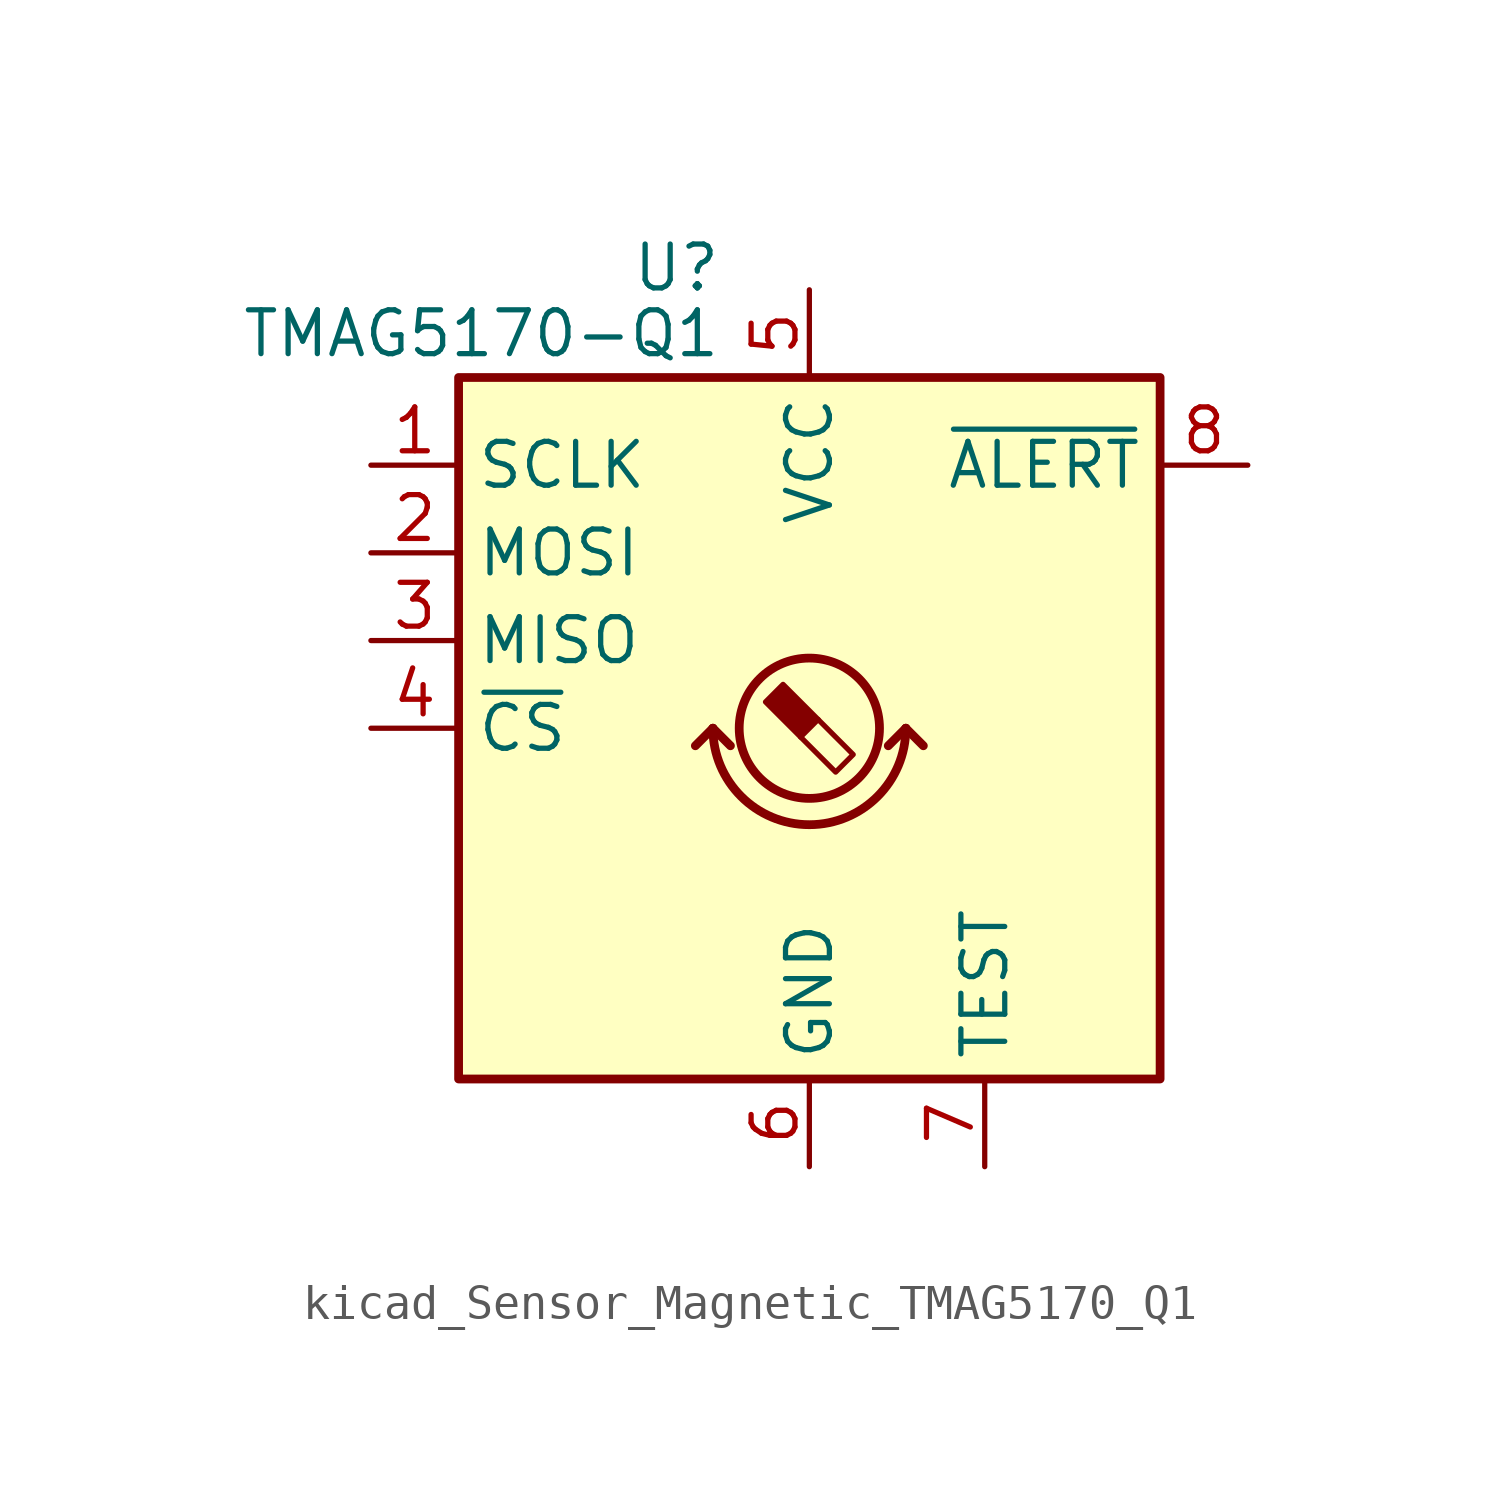
<source format=kicad_sym>
(kicad_symbol_lib
  (version 20220914)
  (generator kicad_symbol_editor)
  (symbol "kicad_Sensor_Magnetic_TMAG5170_Q1"
    (property "Reference" "U"
      (at -2.54 13.335 0)
      (effects (font (size 1.27 1.27)) (justify right)))
    (property "Value" "TMAG5170-Q1"
      (at -2.54 11.43 0)
      (effects (font (size 1.27 1.27)) (justify right)))
    (symbol "kicad_Sensor_Magnetic_TMAG5170_Q1_0_1"
      (rectangle (start -10.16 10.16) (end 10.16 -10.16) (stroke (width 0.254) (type default)) (fill (type background)))
      (arc (start -2.794 0) (mid 0 -2.7819) (end 2.794 0) (stroke (width 0.254) (type default)) (fill (type none)))
      (polyline (pts (xy -2.794 0) (xy -3.302 -0.508)) (stroke (width 0.254) (type default)) (fill (type none)))
      (polyline (pts (xy -2.794 0) (xy -2.286 -0.508)) (stroke (width 0.254) (type default)) (fill (type none)))
      (polyline (pts (xy 2.794 0) (xy 2.286 -0.508)) (stroke (width 0.254) (type default)) (fill (type none)))
      (polyline (pts (xy 2.794 0) (xy 3.302 -0.508)) (stroke (width 0.254) (type default)) (fill (type none))))
    (symbol "kicad_Sensor_Magnetic_TMAG5170_Q1_1_1"
      (polyline (pts (xy 0.254 0.254) (xy 1.27 -0.762) (xy 0.762 -1.27) (xy -0.254 -0.254)) (stroke (width 0) (type default)) (fill (type none)))
      (polyline (pts (xy -0.762 1.27) (xy 0.254 0.254) (xy -0.254 -0.254) (xy -1.27 0.762) (xy -1.016 1.016) (xy -0.762 1.27) (xy -0.635 1.143)) (stroke (width 0) (type default)) (fill (type outline)))
      (circle (center 0 0) (radius 2.032) (stroke (width 0.254) (type default)) (fill (type none)))
      (pin input line (at -12.7 7.62 0) (length 2.54) (name "SCLK" (effects (font (size 1.27 1.27)))) (number "1" (effects (font (size 1.27 1.27)))))
      (pin input line (at -12.7 5.08 0) (length 2.54) (name "MOSI" (effects (font (size 1.27 1.27)))) (number "2" (effects (font (size 1.27 1.27)))))
      (pin output line (at -12.7 2.54 0) (length 2.54) (name "MISO" (effects (font (size 1.27 1.27)))) (number "3" (effects (font (size 1.27 1.27)))))
      (pin input line (at -12.7 0 0) (length 2.54) (name "~{CS}" (effects (font (size 1.27 1.27)))) (number "4" (effects (font (size 1.27 1.27)))))
      (pin power_in line (at 0 12.7 270) (length 2.54) (name "VCC" (effects (font (size 1.27 1.27)))) (number "5" (effects (font (size 1.27 1.27)))))
      (pin power_in line (at 0 -12.7 90) (length 2.54) (name "GND" (effects (font (size 1.27 1.27)))) (number "6" (effects (font (size 1.27 1.27)))))
      (pin passive line (at 5.08 -12.7 90) (length 2.54) (name "TEST" (effects (font (size 1.27 1.27)))) (number "7" (effects (font (size 1.27 1.27)))))
      (pin bidirectional line (at 12.7 7.62 180) (length 2.54) (name "~{ALERT}" (effects (font (size 1.27 1.27)))) (number "8" (effects (font (size 1.27 1.27))))))))
</source>
